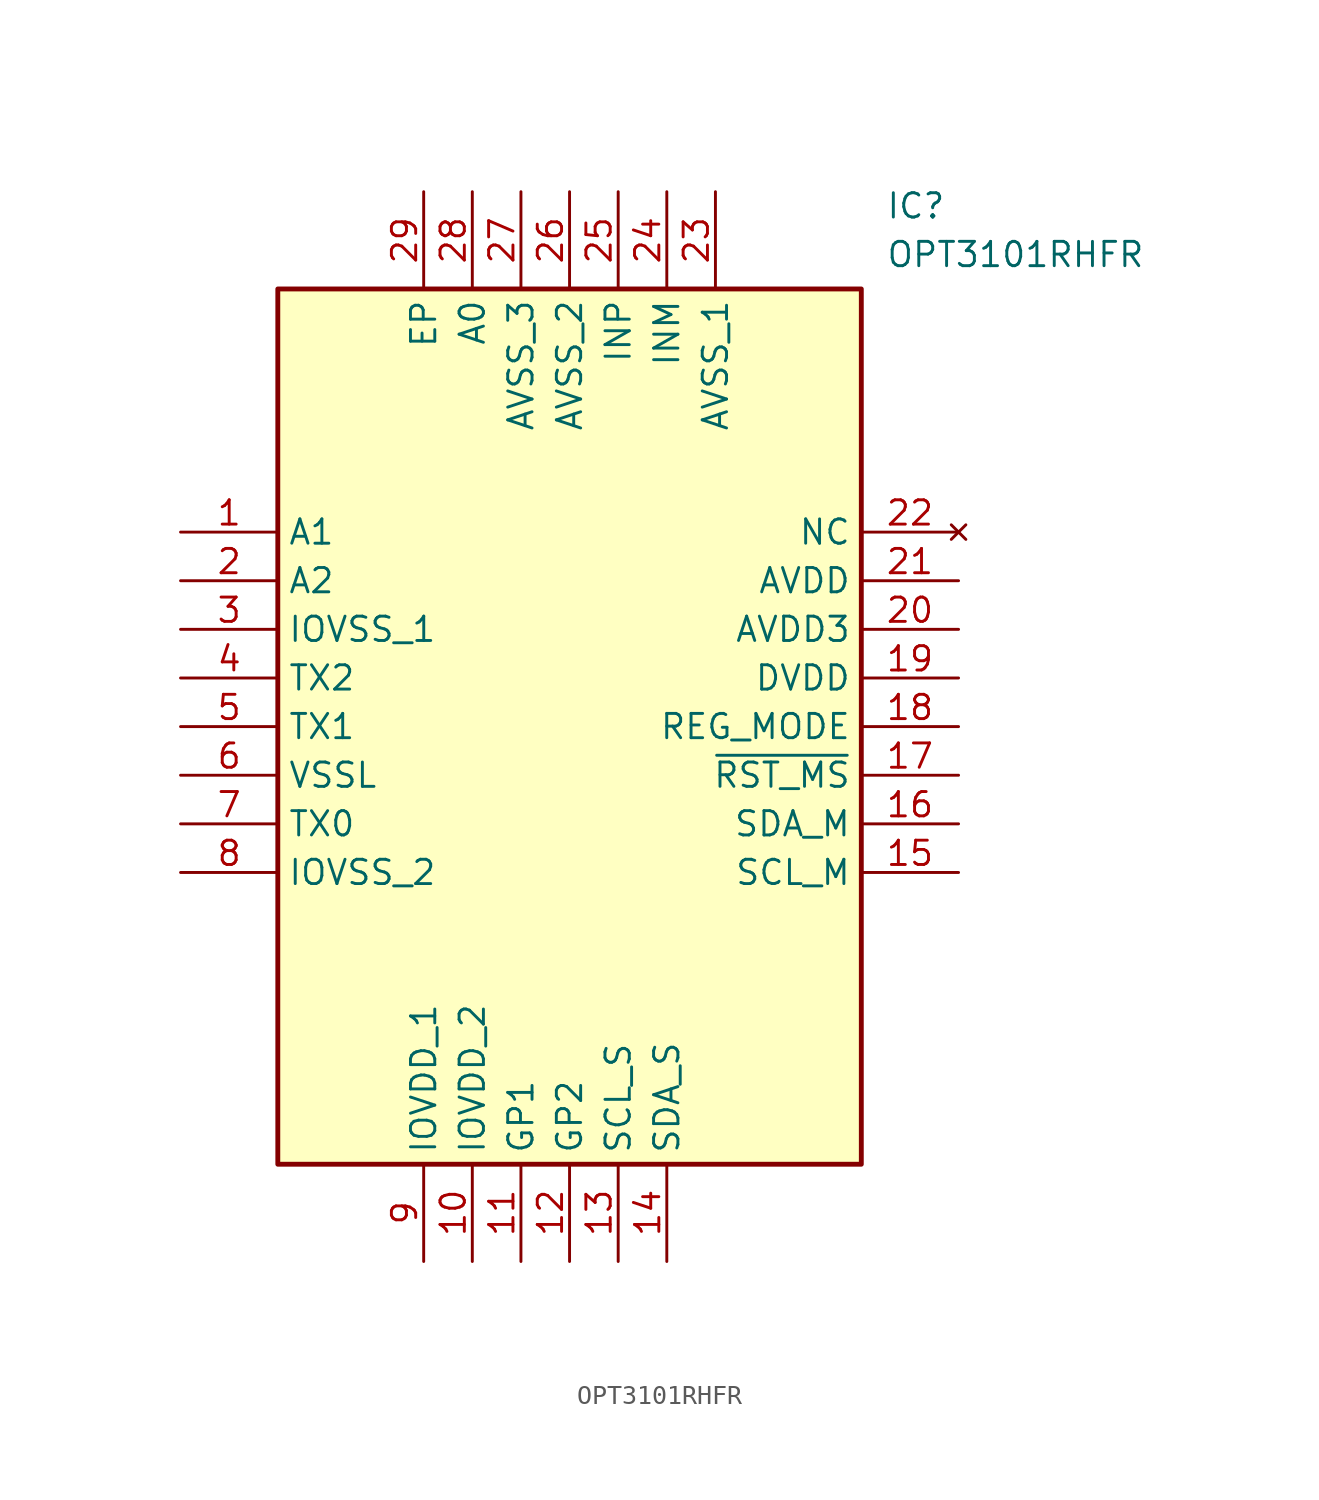
<source format=kicad_sym>
(kicad_symbol_lib
  (version 20211014)
  (generator SamacSys_ECAD_Model)
  (symbol "OPT3101RHFR"
    (property "Reference" "IC"
      (at 36.83 17.78 0)
      (effects (font (size 1.27 1.27)) (justify left top)))
    (property "Value" "OPT3101RHFR"
      (at 36.83 15.24 0)
      (effects (font (size 1.27 1.27)) (justify left top)))
    (rectangle
      (start 5.08 12.7)
      (end 35.56 -33.02)
      (stroke (width 0.254) (type default))
      (fill (type background)))
    (pin passive line
      (at 0 0 0)
      (length 5.08)
      (name "A1" (effects (font (size 1.27 1.27))))
      (number "1" (effects (font (size 1.27 1.27)))))
    (pin passive line
      (at 0 -2.54 0)
      (length 5.08)
      (name "A2" (effects (font (size 1.27 1.27))))
      (number "2" (effects (font (size 1.27 1.27)))))
    (pin passive line
      (at 0 -5.08 0)
      (length 5.08)
      (name "IOVSS_1" (effects (font (size 1.27 1.27))))
      (number "3" (effects (font (size 1.27 1.27)))))
    (pin passive line
      (at 0 -7.62 0)
      (length 5.08)
      (name "TX2" (effects (font (size 1.27 1.27))))
      (number "4" (effects (font (size 1.27 1.27)))))
    (pin passive line
      (at 0 -10.16 0)
      (length 5.08)
      (name "TX1" (effects (font (size 1.27 1.27))))
      (number "5" (effects (font (size 1.27 1.27)))))
    (pin passive line
      (at 0 -12.7 0)
      (length 5.08)
      (name "VSSL" (effects (font (size 1.27 1.27))))
      (number "6" (effects (font (size 1.27 1.27)))))
    (pin passive line
      (at 0 -15.24 0)
      (length 5.08)
      (name "TX0" (effects (font (size 1.27 1.27))))
      (number "7" (effects (font (size 1.27 1.27)))))
    (pin passive line
      (at 0 -17.78 0)
      (length 5.08)
      (name "IOVSS_2" (effects (font (size 1.27 1.27))))
      (number "8" (effects (font (size 1.27 1.27)))))
    (pin passive line
      (at 12.7 -38.1 90)
      (length 5.08)
      (name "IOVDD_1" (effects (font (size 1.27 1.27))))
      (number "9" (effects (font (size 1.27 1.27)))))
    (pin passive line
      (at 15.24 -38.1 90)
      (length 5.08)
      (name "IOVDD_2" (effects (font (size 1.27 1.27))))
      (number "10" (effects (font (size 1.27 1.27)))))
    (pin passive line
      (at 17.78 -38.1 90)
      (length 5.08)
      (name "GP1" (effects (font (size 1.27 1.27))))
      (number "11" (effects (font (size 1.27 1.27)))))
    (pin passive line
      (at 20.32 -38.1 90)
      (length 5.08)
      (name "GP2" (effects (font (size 1.27 1.27))))
      (number "12" (effects (font (size 1.27 1.27)))))
    (pin passive line
      (at 22.86 -38.1 90)
      (length 5.08)
      (name "SCL_S" (effects (font (size 1.27 1.27))))
      (number "13" (effects (font (size 1.27 1.27)))))
    (pin passive line
      (at 25.4 -38.1 90)
      (length 5.08)
      (name "SDA_S" (effects (font (size 1.27 1.27))))
      (number "14" (effects (font (size 1.27 1.27)))))
    (pin no_connect line
      (at 40.64 0 180)
      (length 5.08)
      (name "NC" (effects (font (size 1.27 1.27))))
      (number "22" (effects (font (size 1.27 1.27)))))
    (pin passive line
      (at 40.64 -2.54 180)
      (length 5.08)
      (name "AVDD" (effects (font (size 1.27 1.27))))
      (number "21" (effects (font (size 1.27 1.27)))))
    (pin passive line
      (at 40.64 -5.08 180)
      (length 5.08)
      (name "AVDD3" (effects (font (size 1.27 1.27))))
      (number "20" (effects (font (size 1.27 1.27)))))
    (pin passive line
      (at 40.64 -7.62 180)
      (length 5.08)
      (name "DVDD" (effects (font (size 1.27 1.27))))
      (number "19" (effects (font (size 1.27 1.27)))))
    (pin passive line
      (at 40.64 -10.16 180)
      (length 5.08)
      (name "REG_MODE" (effects (font (size 1.27 1.27))))
      (number "18" (effects (font (size 1.27 1.27)))))
    (pin passive line
      (at 40.64 -12.7 180)
      (length 5.08)
      (name "~{RST_MS}" (effects (font (size 1.27 1.27))))
      (number "17" (effects (font (size 1.27 1.27)))))
    (pin passive line
      (at 40.64 -15.24 180)
      (length 5.08)
      (name "SDA_M" (effects (font (size 1.27 1.27))))
      (number "16" (effects (font (size 1.27 1.27)))))
    (pin passive line
      (at 40.64 -17.78 180)
      (length 5.08)
      (name "SCL_M" (effects (font (size 1.27 1.27))))
      (number "15" (effects (font (size 1.27 1.27)))))
    (pin passive line
      (at 12.7 17.78 270)
      (length 5.08)
      (name "EP" (effects (font (size 1.27 1.27))))
      (number "29" (effects (font (size 1.27 1.27)))))
    (pin passive line
      (at 15.24 17.78 270)
      (length 5.08)
      (name "A0" (effects (font (size 1.27 1.27))))
      (number "28" (effects (font (size 1.27 1.27)))))
    (pin passive line
      (at 17.78 17.78 270)
      (length 5.08)
      (name "AVSS_3" (effects (font (size 1.27 1.27))))
      (number "27" (effects (font (size 1.27 1.27)))))
    (pin passive line
      (at 20.32 17.78 270)
      (length 5.08)
      (name "AVSS_2" (effects (font (size 1.27 1.27))))
      (number "26" (effects (font (size 1.27 1.27)))))
    (pin passive line
      (at 22.86 17.78 270)
      (length 5.08)
      (name "INP" (effects (font (size 1.27 1.27))))
      (number "25" (effects (font (size 1.27 1.27)))))
    (pin passive line
      (at 25.4 17.78 270)
      (length 5.08)
      (name "INM" (effects (font (size 1.27 1.27))))
      (number "24" (effects (font (size 1.27 1.27)))))
    (pin passive line
      (at 27.94 17.78 270)
      (length 5.08)
      (name "AVSS_1" (effects (font (size 1.27 1.27))))
      (number "23" (effects (font (size 1.27 1.27)))))))
</source>
